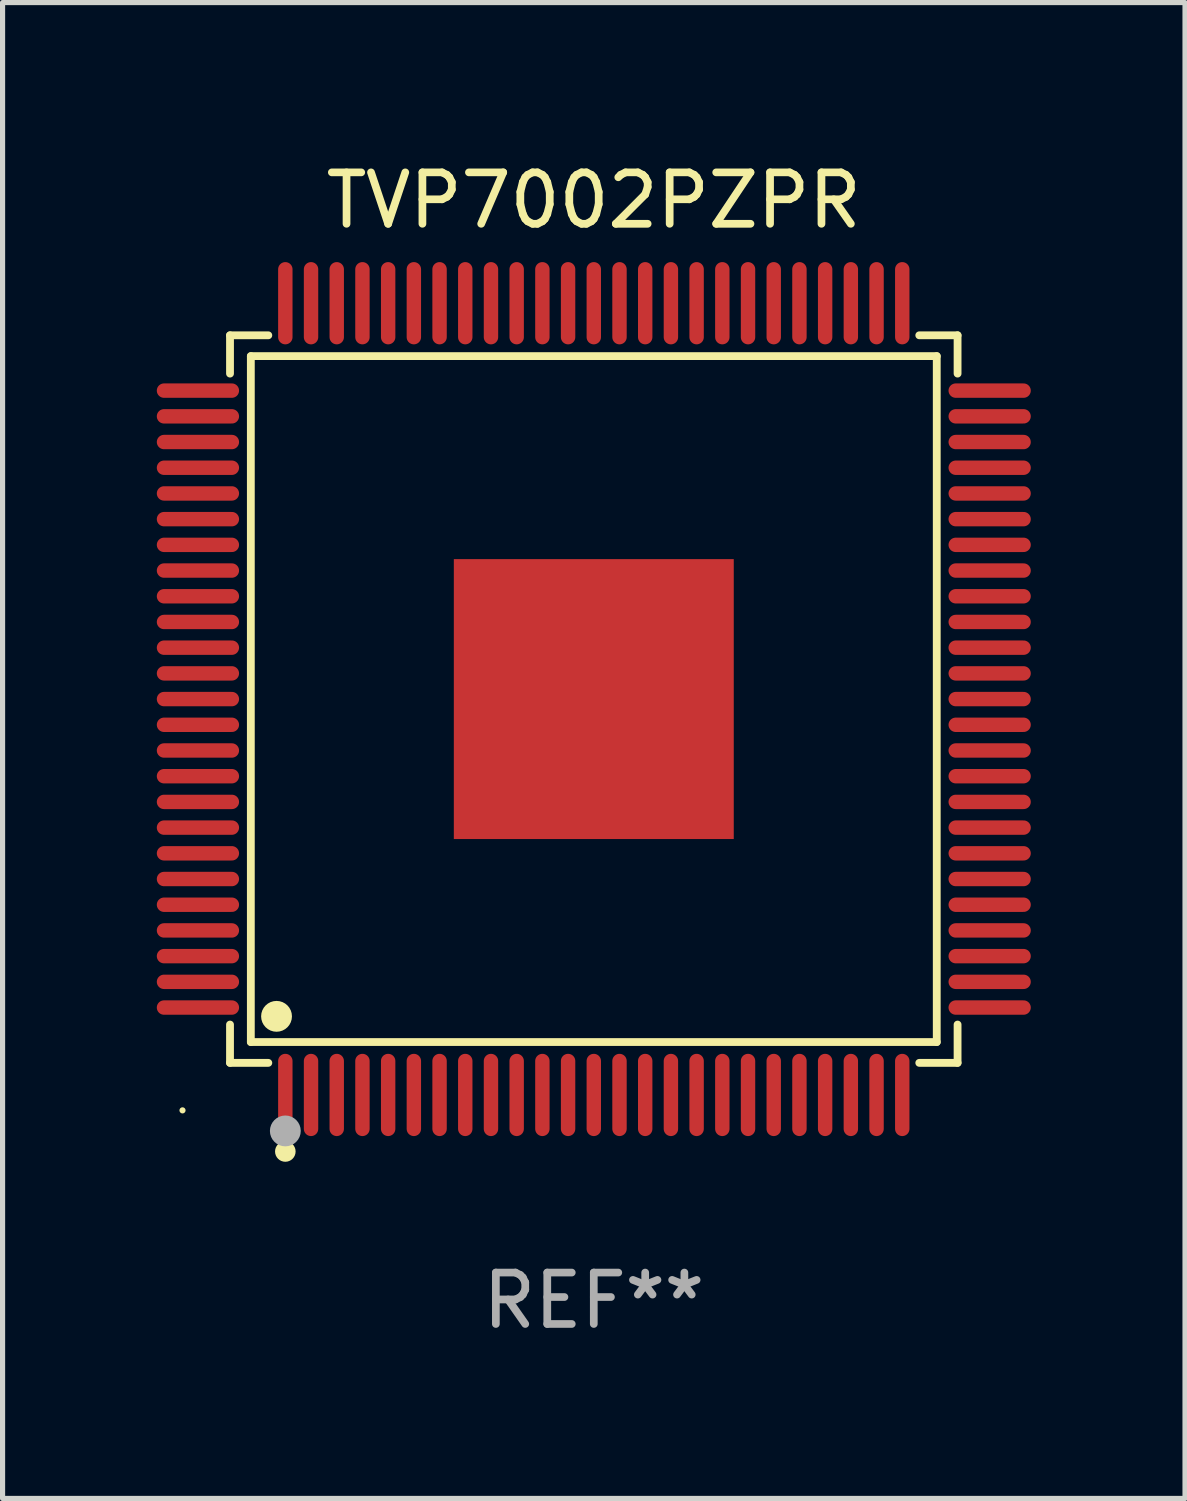
<source format=kicad_pcb>
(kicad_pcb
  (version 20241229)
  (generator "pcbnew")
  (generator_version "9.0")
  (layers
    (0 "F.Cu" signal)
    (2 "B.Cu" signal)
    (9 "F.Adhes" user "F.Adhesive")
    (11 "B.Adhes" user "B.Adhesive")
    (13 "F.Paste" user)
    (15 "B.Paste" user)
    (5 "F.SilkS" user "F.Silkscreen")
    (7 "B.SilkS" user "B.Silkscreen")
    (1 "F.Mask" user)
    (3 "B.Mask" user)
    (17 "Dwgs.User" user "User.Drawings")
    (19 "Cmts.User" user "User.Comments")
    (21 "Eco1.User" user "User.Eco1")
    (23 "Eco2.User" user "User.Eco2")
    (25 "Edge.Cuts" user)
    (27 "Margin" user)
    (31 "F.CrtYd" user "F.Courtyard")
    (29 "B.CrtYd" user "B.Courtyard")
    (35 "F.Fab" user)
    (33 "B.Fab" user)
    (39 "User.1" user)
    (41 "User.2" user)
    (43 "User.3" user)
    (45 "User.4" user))
  (footprint "TVP7002PZPR"
    (layer "F.Cu")
    (at 8.5 10.548)
    (property "Reference" "TVP7002PZPR" (at 0 -9.7 0) (layer "F.SilkS") (effects (font (size 1 1) (thickness 0.15))))
    (attr through_hole)
    (fp_line (start -7.076 -7.076) (end -6.331 -7.076) (stroke (width 0.152) (type solid)) (layer "F.SilkS"))
    (fp_line (start -7.076 -6.331) (end -7.076 -7.076) (stroke (width 0.152) (type solid)) (layer "F.SilkS"))
    (fp_line (start -7.076 6.331) (end -7.076 7.076) (stroke (width 0.152) (type solid)) (layer "F.SilkS"))
    (fp_line (start -7.076 7.076) (end -6.331 7.076) (stroke (width 0.152) (type solid)) (layer "F.SilkS"))
    (fp_line (start -6.671 -6.671) (end 6.671 -6.671) (stroke (width 0.152) (type solid)) (layer "F.SilkS"))
    (fp_line (start -6.671 6.671) (end -6.671 -6.671) (stroke (width 0.152) (type solid)) (layer "F.SilkS"))
    (fp_line (start 6.671 -6.671) (end 6.671 6.671) (stroke (width 0.152) (type solid)) (layer "F.SilkS"))
    (fp_line (start 6.671 6.671) (end -6.671 6.671) (stroke (width 0.152) (type solid)) (layer "F.SilkS"))
    (fp_line (start 7.076 -7.076) (end 6.331 -7.076) (stroke (width 0.152) (type solid)) (layer "F.SilkS"))
    (fp_line (start 7.076 -6.331) (end 7.076 -7.076) (stroke (width 0.152) (type solid)) (layer "F.SilkS"))
    (fp_line (start 7.076 6.331) (end 7.076 7.076) (stroke (width 0.152) (type solid)) (layer "F.SilkS"))
    (fp_line (start 7.076 7.076) (end 6.331 7.076) (stroke (width 0.152) (type solid)) (layer "F.SilkS"))
    (fp_circle (center -8 8) (end -7.97 8) (stroke (width 0.06) (type solid)) (fill no) (layer "F.SilkS"))
    (fp_circle (center -6.171 6.171) (end -6.021 6.171) (stroke (width 0.3) (type solid)) (fill no) (layer "F.SilkS"))
    (fp_circle (center -6 8.8) (end -5.9 8.8) (stroke (width 0.2) (type solid)) (fill no) (layer "F.SilkS"))
    (fp_circle (center -6 8.4) (end -5.85 8.4) (stroke (width 0.3) (type solid)) (fill no) (layer "F.Fab"))
    (fp_text user "REF**" (at 0 11.7 0) (layer "F.Fab") (effects (font (size 1 1) (thickness 0.15))))
    (pad "1" smd oval (at -6 7.7) (size 0.28 1.6) (layers "F.Cu" "F.Mask" "F.Paste"))
    (pad "2" smd oval (at -5.5 7.7) (size 0.28 1.6) (layers "F.Cu" "F.Mask" "F.Paste"))
    (pad "3" smd oval (at -5 7.7) (size 0.28 1.6) (layers "F.Cu" "F.Mask" "F.Paste"))
    (pad "4" smd oval (at -4.5 7.7) (size 0.28 1.6) (layers "F.Cu" "F.Mask" "F.Paste"))
    (pad "5" smd oval (at -4 7.7) (size 0.28 1.6) (layers "F.Cu" "F.Mask" "F.Paste"))
    (pad "6" smd oval (at -3.5 7.7) (size 0.28 1.6) (layers "F.Cu" "F.Mask" "F.Paste"))
    (pad "7" smd oval (at -3 7.7) (size 0.28 1.6) (layers "F.Cu" "F.Mask" "F.Paste"))
    (pad "8" smd oval (at -2.5 7.7) (size 0.28 1.6) (layers "F.Cu" "F.Mask" "F.Paste"))
    (pad "9" smd oval (at -2 7.7) (size 0.28 1.6) (layers "F.Cu" "F.Mask" "F.Paste"))
    (pad "10" smd oval (at -1.5 7.7) (size 0.28 1.6) (layers "F.Cu" "F.Mask" "F.Paste"))
    (pad "11" smd oval (at -1 7.7) (size 0.28 1.6) (layers "F.Cu" "F.Mask" "F.Paste"))
    (pad "12" smd oval (at -0.5 7.7) (size 0.28 1.6) (layers "F.Cu" "F.Mask" "F.Paste"))
    (pad "13" smd oval (at 0 7.7) (size 0.28 1.6) (layers "F.Cu" "F.Mask" "F.Paste"))
    (pad "14" smd oval (at 0.5 7.7) (size 0.28 1.6) (layers "F.Cu" "F.Mask" "F.Paste"))
    (pad "15" smd oval (at 1 7.7) (size 0.28 1.6) (layers "F.Cu" "F.Mask" "F.Paste"))
    (pad "16" smd oval (at 1.5 7.7) (size 0.28 1.6) (layers "F.Cu" "F.Mask" "F.Paste"))
    (pad "17" smd oval (at 2 7.7) (size 0.28 1.6) (layers "F.Cu" "F.Mask" "F.Paste"))
    (pad "18" smd oval (at 2.5 7.7) (size 0.28 1.6) (layers "F.Cu" "F.Mask" "F.Paste"))
    (pad "19" smd oval (at 3 7.7) (size 0.28 1.6) (layers "F.Cu" "F.Mask" "F.Paste"))
    (pad "20" smd oval (at 3.5 7.7) (size 0.28 1.6) (layers "F.Cu" "F.Mask" "F.Paste"))
    (pad "21" smd oval (at 4 7.7) (size 0.28 1.6) (layers "F.Cu" "F.Mask" "F.Paste"))
    (pad "22" smd oval (at 4.5 7.7) (size 0.28 1.6) (layers "F.Cu" "F.Mask" "F.Paste"))
    (pad "23" smd oval (at 5 7.7) (size 0.28 1.6) (layers "F.Cu" "F.Mask" "F.Paste"))
    (pad "24" smd oval (at 5.5 7.7) (size 0.28 1.6) (layers "F.Cu" "F.Mask" "F.Paste"))
    (pad "25" smd oval (at 6 7.7) (size 0.28 1.6) (layers "F.Cu" "F.Mask" "F.Paste"))
    (pad "26" smd oval (at 7.7 6) (size 1.6 0.28) (layers "F.Cu" "F.Mask" "F.Paste"))
    (pad "27" smd oval (at 7.7 5.5) (size 1.6 0.28) (layers "F.Cu" "F.Mask" "F.Paste"))
    (pad "28" smd oval (at 7.7 5) (size 1.6 0.28) (layers "F.Cu" "F.Mask" "F.Paste"))
    (pad "29" smd oval (at 7.7 4.5) (size 1.6 0.28) (layers "F.Cu" "F.Mask" "F.Paste"))
    (pad "30" smd oval (at 7.7 4) (size 1.6 0.28) (layers "F.Cu" "F.Mask" "F.Paste"))
    (pad "31" smd oval (at 7.7 3.5) (size 1.6 0.28) (layers "F.Cu" "F.Mask" "F.Paste"))
    (pad "32" smd oval (at 7.7 3) (size 1.6 0.28) (layers "F.Cu" "F.Mask" "F.Paste"))
    (pad "33" smd oval (at 7.7 2.5) (size 1.6 0.28) (layers "F.Cu" "F.Mask" "F.Paste"))
    (pad "34" smd oval (at 7.7 2) (size 1.6 0.28) (layers "F.Cu" "F.Mask" "F.Paste"))
    (pad "35" smd oval (at 7.7 1.5) (size 1.6 0.28) (layers "F.Cu" "F.Mask" "F.Paste"))
    (pad "36" smd oval (at 7.7 1) (size 1.6 0.28) (layers "F.Cu" "F.Mask" "F.Paste"))
    (pad "37" smd oval (at 7.7 0.5) (size 1.6 0.28) (layers "F.Cu" "F.Mask" "F.Paste"))
    (pad "38" smd oval (at 7.7 0) (size 1.6 0.28) (layers "F.Cu" "F.Mask" "F.Paste"))
    (pad "39" smd oval (at 7.7 -0.5) (size 1.6 0.28) (layers "F.Cu" "F.Mask" "F.Paste"))
    (pad "40" smd oval (at 7.7 -1) (size 1.6 0.28) (layers "F.Cu" "F.Mask" "F.Paste"))
    (pad "41" smd oval (at 7.7 -1.5) (size 1.6 0.28) (layers "F.Cu" "F.Mask" "F.Paste"))
    (pad "42" smd oval (at 7.7 -2) (size 1.6 0.28) (layers "F.Cu" "F.Mask" "F.Paste"))
    (pad "43" smd oval (at 7.7 -2.5) (size 1.6 0.28) (layers "F.Cu" "F.Mask" "F.Paste"))
    (pad "44" smd oval (at 7.7 -3) (size 1.6 0.28) (layers "F.Cu" "F.Mask" "F.Paste"))
    (pad "45" smd oval (at 7.7 -3.5) (size 1.6 0.28) (layers "F.Cu" "F.Mask" "F.Paste"))
    (pad "46" smd oval (at 7.7 -4) (size 1.6 0.28) (layers "F.Cu" "F.Mask" "F.Paste"))
    (pad "47" smd oval (at 7.7 -4.5) (size 1.6 0.28) (layers "F.Cu" "F.Mask" "F.Paste"))
    (pad "48" smd oval (at 7.7 -5) (size 1.6 0.28) (layers "F.Cu" "F.Mask" "F.Paste"))
    (pad "49" smd oval (at 7.7 -5.5) (size 1.6 0.28) (layers "F.Cu" "F.Mask" "F.Paste"))
    (pad "50" smd oval (at 7.7 -6) (size 1.6 0.28) (layers "F.Cu" "F.Mask" "F.Paste"))
    (pad "51" smd oval (at 6 -7.7) (size 0.28 1.6) (layers "F.Cu" "F.Mask" "F.Paste"))
    (pad "52" smd oval (at 5.5 -7.7) (size 0.28 1.6) (layers "F.Cu" "F.Mask" "F.Paste"))
    (pad "53" smd oval (at 5 -7.7) (size 0.28 1.6) (layers "F.Cu" "F.Mask" "F.Paste"))
    (pad "54" smd oval (at 4.5 -7.7) (size 0.28 1.6) (layers "F.Cu" "F.Mask" "F.Paste"))
    (pad "55" smd oval (at 4 -7.7) (size 0.28 1.6) (layers "F.Cu" "F.Mask" "F.Paste"))
    (pad "56" smd oval (at 3.5 -7.7) (size 0.28 1.6) (layers "F.Cu" "F.Mask" "F.Paste"))
    (pad "57" smd oval (at 3 -7.7) (size 0.28 1.6) (layers "F.Cu" "F.Mask" "F.Paste"))
    (pad "58" smd oval (at 2.5 -7.7) (size 0.28 1.6) (layers "F.Cu" "F.Mask" "F.Paste"))
    (pad "59" smd oval (at 2 -7.7) (size 0.28 1.6) (layers "F.Cu" "F.Mask" "F.Paste"))
    (pad "60" smd oval (at 1.5 -7.7) (size 0.28 1.6) (layers "F.Cu" "F.Mask" "F.Paste"))
    (pad "61" smd oval (at 1 -7.7) (size 0.28 1.6) (layers "F.Cu" "F.Mask" "F.Paste"))
    (pad "62" smd oval (at 0.5 -7.7) (size 0.28 1.6) (layers "F.Cu" "F.Mask" "F.Paste"))
    (pad "63" smd oval (at 0 -7.7) (size 0.28 1.6) (layers "F.Cu" "F.Mask" "F.Paste"))
    (pad "64" smd oval (at -0.5 -7.7) (size 0.28 1.6) (layers "F.Cu" "F.Mask" "F.Paste"))
    (pad "65" smd oval (at -1 -7.7) (size 0.28 1.6) (layers "F.Cu" "F.Mask" "F.Paste"))
    (pad "66" smd oval (at -1.5 -7.7) (size 0.28 1.6) (layers "F.Cu" "F.Mask" "F.Paste"))
    (pad "67" smd oval (at -2 -7.7) (size 0.28 1.6) (layers "F.Cu" "F.Mask" "F.Paste"))
    (pad "68" smd oval (at -2.5 -7.7) (size 0.28 1.6) (layers "F.Cu" "F.Mask" "F.Paste"))
    (pad "69" smd oval (at -3 -7.7) (size 0.28 1.6) (layers "F.Cu" "F.Mask" "F.Paste"))
    (pad "70" smd oval (at -3.5 -7.7) (size 0.28 1.6) (layers "F.Cu" "F.Mask" "F.Paste"))
    (pad "71" smd oval (at -4 -7.7) (size 0.28 1.6) (layers "F.Cu" "F.Mask" "F.Paste"))
    (pad "72" smd oval (at -4.5 -7.7) (size 0.28 1.6) (layers "F.Cu" "F.Mask" "F.Paste"))
    (pad "73" smd oval (at -5 -7.7) (size 0.28 1.6) (layers "F.Cu" "F.Mask" "F.Paste"))
    (pad "74" smd oval (at -5.5 -7.7) (size 0.28 1.6) (layers "F.Cu" "F.Mask" "F.Paste"))
    (pad "75" smd oval (at -6 -7.7) (size 0.28 1.6) (layers "F.Cu" "F.Mask" "F.Paste"))
    (pad "76" smd oval (at -7.7 -6) (size 1.6 0.28) (layers "F.Cu" "F.Mask" "F.Paste"))
    (pad "77" smd oval (at -7.7 -5.5) (size 1.6 0.28) (layers "F.Cu" "F.Mask" "F.Paste"))
    (pad "78" smd oval (at -7.7 -5) (size 1.6 0.28) (layers "F.Cu" "F.Mask" "F.Paste"))
    (pad "79" smd oval (at -7.7 -4.5) (size 1.6 0.28) (layers "F.Cu" "F.Mask" "F.Paste"))
    (pad "80" smd oval (at -7.7 -4) (size 1.6 0.28) (layers "F.Cu" "F.Mask" "F.Paste"))
    (pad "81" smd oval (at -7.7 -3.5) (size 1.6 0.28) (layers "F.Cu" "F.Mask" "F.Paste"))
    (pad "82" smd oval (at -7.7 -3) (size 1.6 0.28) (layers "F.Cu" "F.Mask" "F.Paste"))
    (pad "83" smd oval (at -7.7 -2.5) (size 1.6 0.28) (layers "F.Cu" "F.Mask" "F.Paste"))
    (pad "84" smd oval (at -7.7 -2) (size 1.6 0.28) (layers "F.Cu" "F.Mask" "F.Paste"))
    (pad "85" smd oval (at -7.7 -1.5) (size 1.6 0.28) (layers "F.Cu" "F.Mask" "F.Paste"))
    (pad "86" smd oval (at -7.7 -1) (size 1.6 0.28) (layers "F.Cu" "F.Mask" "F.Paste"))
    (pad "87" smd oval (at -7.7 -0.5) (size 1.6 0.28) (layers "F.Cu" "F.Mask" "F.Paste"))
    (pad "88" smd oval (at -7.7 0) (size 1.6 0.28) (layers "F.Cu" "F.Mask" "F.Paste"))
    (pad "89" smd oval (at -7.7 0.5) (size 1.6 0.28) (layers "F.Cu" "F.Mask" "F.Paste"))
    (pad "90" smd oval (at -7.7 1) (size 1.6 0.28) (layers "F.Cu" "F.Mask" "F.Paste"))
    (pad "91" smd oval (at -7.7 1.5) (size 1.6 0.28) (layers "F.Cu" "F.Mask" "F.Paste"))
    (pad "92" smd oval (at -7.7 2) (size 1.6 0.28) (layers "F.Cu" "F.Mask" "F.Paste"))
    (pad "93" smd oval (at -7.7 2.5) (size 1.6 0.28) (layers "F.Cu" "F.Mask" "F.Paste"))
    (pad "94" smd oval (at -7.7 3) (size 1.6 0.28) (layers "F.Cu" "F.Mask" "F.Paste"))
    (pad "95" smd oval (at -7.7 3.5) (size 1.6 0.28) (layers "F.Cu" "F.Mask" "F.Paste"))
    (pad "96" smd oval (at -7.7 4) (size 1.6 0.28) (layers "F.Cu" "F.Mask" "F.Paste"))
    (pad "97" smd oval (at -7.7 4.5) (size 1.6 0.28) (layers "F.Cu" "F.Mask" "F.Paste"))
    (pad "98" smd oval (at -7.7 5) (size 1.6 0.28) (layers "F.Cu" "F.Mask" "F.Paste"))
    (pad "99" smd oval (at -7.7 5.5) (size 1.6 0.28) (layers "F.Cu" "F.Mask" "F.Paste"))
    (pad "100" smd oval (at -7.7 6) (size 1.6 0.28) (layers "F.Cu" "F.Mask" "F.Paste"))
    (pad "101" smd rect (at 0 0) (size 5.445 5.445) (layers "F.Cu" "F.Mask" "F.Paste")))
  (gr_rect
    (start -3 -3)
    (end 20 26.097)
    (stroke (width 0.1) (type default))
    (fill no)
    (layer "Edge.Cuts")))
</source>
